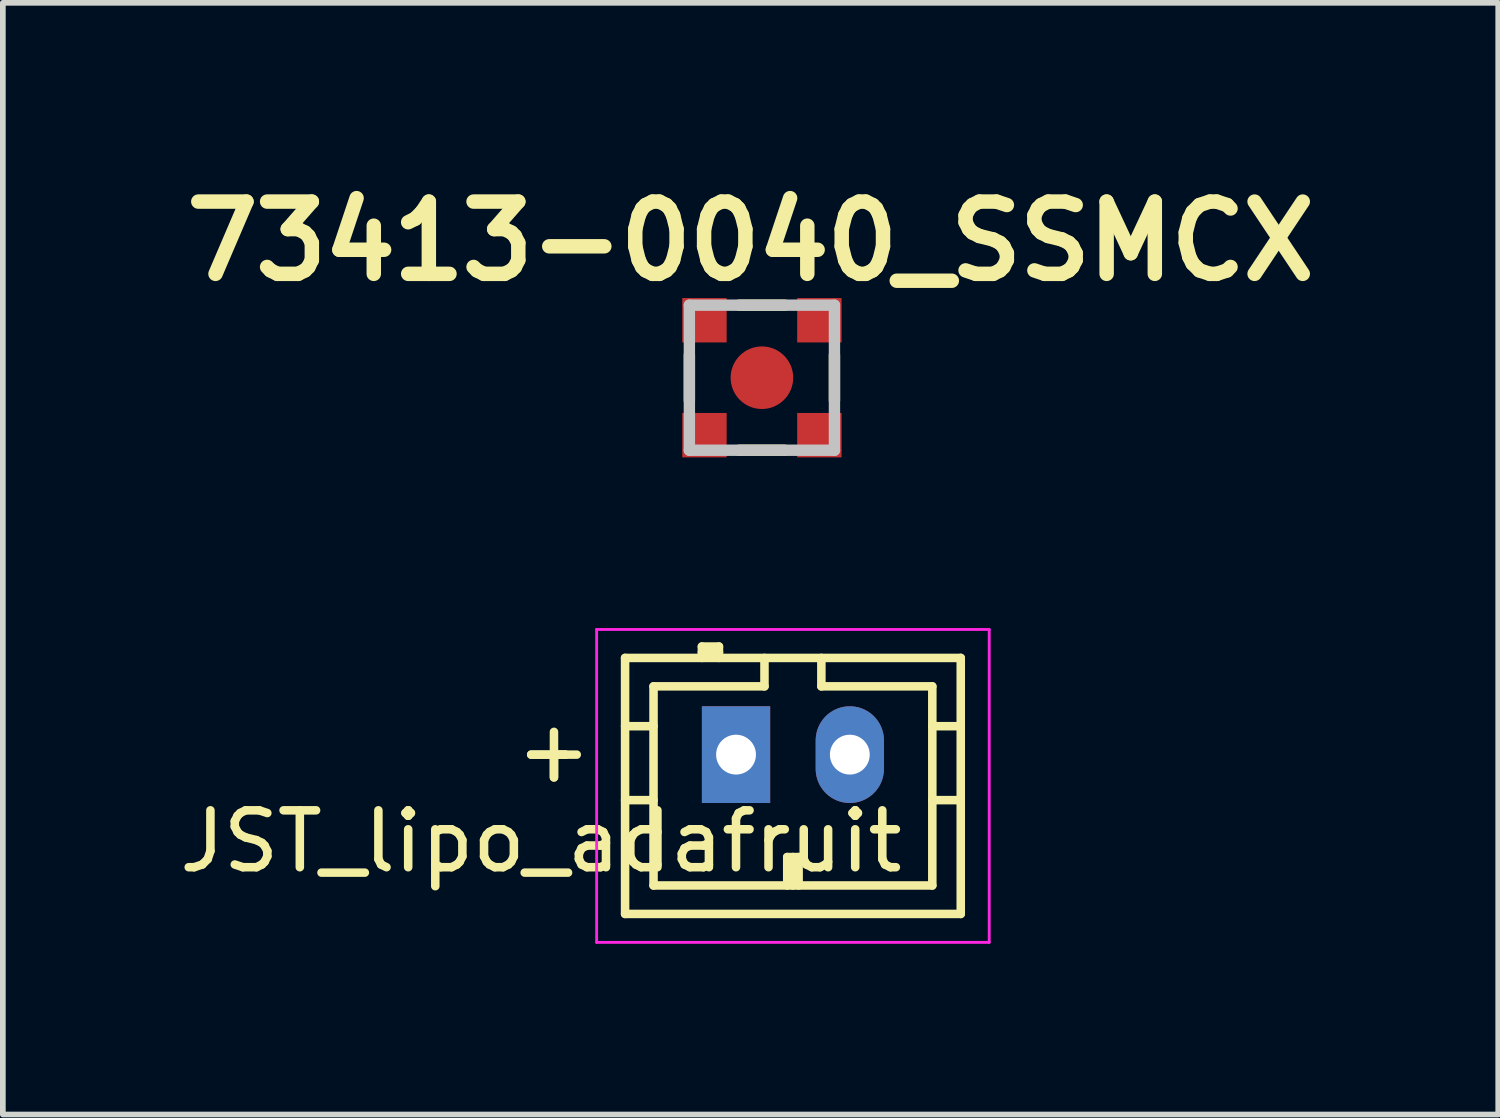
<source format=kicad_pcb>
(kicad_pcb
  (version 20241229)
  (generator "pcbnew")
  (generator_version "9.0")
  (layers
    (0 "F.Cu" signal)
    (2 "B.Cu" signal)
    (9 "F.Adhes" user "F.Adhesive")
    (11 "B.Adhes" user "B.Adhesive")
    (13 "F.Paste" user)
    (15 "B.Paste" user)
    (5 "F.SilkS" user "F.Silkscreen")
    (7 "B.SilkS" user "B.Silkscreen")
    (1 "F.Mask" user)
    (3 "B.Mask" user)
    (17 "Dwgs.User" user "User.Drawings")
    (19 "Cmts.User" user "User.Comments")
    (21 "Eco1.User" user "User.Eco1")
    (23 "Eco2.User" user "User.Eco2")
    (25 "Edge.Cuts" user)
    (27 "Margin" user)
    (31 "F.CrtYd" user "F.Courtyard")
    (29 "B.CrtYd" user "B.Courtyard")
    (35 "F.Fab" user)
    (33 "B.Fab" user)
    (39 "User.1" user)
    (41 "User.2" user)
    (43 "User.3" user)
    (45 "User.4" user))
  (footprint "73413-0040_SSMCX"
    (layer "F.Cu")
    (at 10.342 3.589)
    (property "Reference" "73413-0040_SSMCX" (at -0.2 -2.4 0) (layer "F.SilkS") (effects (font (size 1.27 1.27) (thickness 0.254))))
    (attr smd)
    (fp_line (start -1.275 -0.4) (end -1.275 0.4) (stroke (width 0.2) (type solid)) (layer "F.SilkS"))
    (fp_line (start -0.4 -1.275) (end 0.4 -1.275) (stroke (width 0.2) (type solid)) (layer "F.SilkS"))
    (fp_line (start -0.4 1.275) (end 0.4 1.275) (stroke (width 0.2) (type solid)) (layer "F.SilkS"))
    (fp_line (start 1.275 -0.4) (end 1.275 0.4) (stroke (width 0.2) (type solid)) (layer "F.SilkS"))
    (fp_line (start -1.275 -1.275) (end 1.275 -1.275) (stroke (width 0.2) (type solid)) (layer "Dwgs.User"))
    (fp_line (start -1.275 1.275) (end -1.275 -1.275) (stroke (width 0.2) (type solid)) (layer "Dwgs.User"))
    (fp_line (start 1.275 -1.275) (end 1.275 1.275) (stroke (width 0.2) (type solid)) (layer "Dwgs.User"))
    (fp_line (start 1.275 1.275) (end -1.275 1.275) (stroke (width 0.2) (type solid)) (layer "Dwgs.User"))
    (pad "1" smd circle (at 0 0 90) (size 1.1 1.1) (layers "F.Cu" "F.Mask" "F.Paste"))
    (pad "2" smd rect (at -1.01 -1.01 90) (size 0.78 0.78) (layers "F.Cu" "F.Mask" "F.Paste"))
    (pad "2" smd rect (at -1.01 1.01 90) (size 0.78 0.78) (layers "F.Cu" "F.Mask" "F.Paste"))
    (pad "2" smd rect (at 1.01 -1.01 90) (size 0.78 0.78) (layers "F.Cu" "F.Mask" "F.Paste"))
    (pad "2" smd rect (at 1.01 1.01 90) (size 0.78 0.78) (layers "F.Cu" "F.Mask" "F.Paste")))
  (footprint "JST_lipo_adafruit"
    (layer "F.Cu")
    (at 9.887 10.214)
    (property "Reference" "JST_lipo_adafruit" (at -3.429 1.524 0) (layer "F.SilkS") (effects (font (size 1 1) (thickness 0.15))))
    (attr through_hole)
    (fp_line (start -3.6 0) (end -2.8 0) (stroke (width 0.15) (type solid)) (layer "F.SilkS"))
    (fp_line (start -3.2 -0.4) (end -3.2 0.4) (stroke (width 0.15) (type solid)) (layer "F.SilkS"))
    (fp_line (start -3.2 0) (end -3 0) (stroke (width 0.15) (type solid)) (layer "F.SilkS"))
    (fp_line (start -3.2 0.4) (end -3.2 0) (stroke (width 0.15) (type solid)) (layer "F.SilkS"))
    (fp_line (start -3 0) (end -3.6 0) (stroke (width 0.15) (type solid)) (layer "F.SilkS"))
    (fp_line (start -1.95 -1.7) (end 3.95 -1.7) (stroke (width 0.15) (type solid)) (layer "F.SilkS"))
    (fp_line (start -1.95 -0.5) (end -1.45 -0.5) (stroke (width 0.15) (type solid)) (layer "F.SilkS"))
    (fp_line (start -1.95 0.8) (end -1.45 0.8) (stroke (width 0.15) (type solid)) (layer "F.SilkS"))
    (fp_line (start -1.95 2.8) (end -1.95 -1.7) (stroke (width 0.15) (type solid)) (layer "F.SilkS"))
    (fp_line (start -1.45 -1.2) (end -1.45 2.3) (stroke (width 0.15) (type solid)) (layer "F.SilkS"))
    (fp_line (start -1.45 2.3) (end 3.45 2.3) (stroke (width 0.15) (type solid)) (layer "F.SilkS"))
    (fp_line (start -0.6 -1.9) (end -0.6 -1.7) (stroke (width 0.15) (type solid)) (layer "F.SilkS"))
    (fp_line (start -0.3 -1.9) (end -0.6 -1.9) (stroke (width 0.15) (type solid)) (layer "F.SilkS"))
    (fp_line (start -0.3 -1.8) (end -0.6 -1.8) (stroke (width 0.15) (type solid)) (layer "F.SilkS"))
    (fp_line (start -0.3 -1.7) (end -0.3 -1.9) (stroke (width 0.15) (type solid)) (layer "F.SilkS"))
    (fp_line (start 0.5 -1.7) (end 0.5 -1.2) (stroke (width 0.15) (type solid)) (layer "F.SilkS"))
    (fp_line (start 0.5 -1.2) (end -1.45 -1.2) (stroke (width 0.15) (type solid)) (layer "F.SilkS"))
    (fp_line (start 0.9 1.8) (end 1.1 1.8) (stroke (width 0.15) (type solid)) (layer "F.SilkS"))
    (fp_line (start 0.9 2.3) (end 0.9 1.8) (stroke (width 0.15) (type solid)) (layer "F.SilkS"))
    (fp_line (start 1 2.3) (end 1 1.8) (stroke (width 0.15) (type solid)) (layer "F.SilkS"))
    (fp_line (start 1.1 1.8) (end 1.1 2.3) (stroke (width 0.15) (type solid)) (layer "F.SilkS"))
    (fp_line (start 1.5 -1.2) (end 1.5 -1.7) (stroke (width 0.15) (type solid)) (layer "F.SilkS"))
    (fp_line (start 3.45 -1.2) (end 1.5 -1.2) (stroke (width 0.15) (type solid)) (layer "F.SilkS"))
    (fp_line (start 3.45 -0.5) (end 3.95 -0.5) (stroke (width 0.15) (type solid)) (layer "F.SilkS"))
    (fp_line (start 3.45 0.8) (end 3.95 0.8) (stroke (width 0.15) (type solid)) (layer "F.SilkS"))
    (fp_line (start 3.45 2.3) (end 3.45 -1.2) (stroke (width 0.15) (type solid)) (layer "F.SilkS"))
    (fp_line (start 3.95 -1.7) (end 3.95 2.8) (stroke (width 0.15) (type solid)) (layer "F.SilkS"))
    (fp_line (start 3.95 2.8) (end -1.95 2.8) (stroke (width 0.15) (type solid)) (layer "F.SilkS"))
    (fp_line (start -2.45 -2.2) (end 4.45 -2.2) (stroke (width 0.05) (type solid)) (layer "F.CrtYd"))
    (fp_line (start -2.45 3.3) (end -2.45 -2.2) (stroke (width 0.05) (type solid)) (layer "F.CrtYd"))
    (fp_line (start 4.45 -2.2) (end 4.45 3.3) (stroke (width 0.05) (type solid)) (layer "F.CrtYd"))
    (fp_line (start 4.45 3.3) (end -2.45 3.3) (stroke (width 0.05) (type solid)) (layer "F.CrtYd"))
    (pad "1" thru_hole rect (at 0 0) (size 1.2 1.7) (drill 0.7) (layers "*.Cu" "*.Mask"))
    (pad "2" thru_hole oval (at 2 0) (size 1.2 1.7) (drill 0.7) (layers "*.Cu" "*.Mask")))
  (gr_rect
    (start -3 -3)
    (end 23.284 16.539)
    (stroke (width 0.1) (type default))
    (fill no)
    (layer "Edge.Cuts")))
</source>
